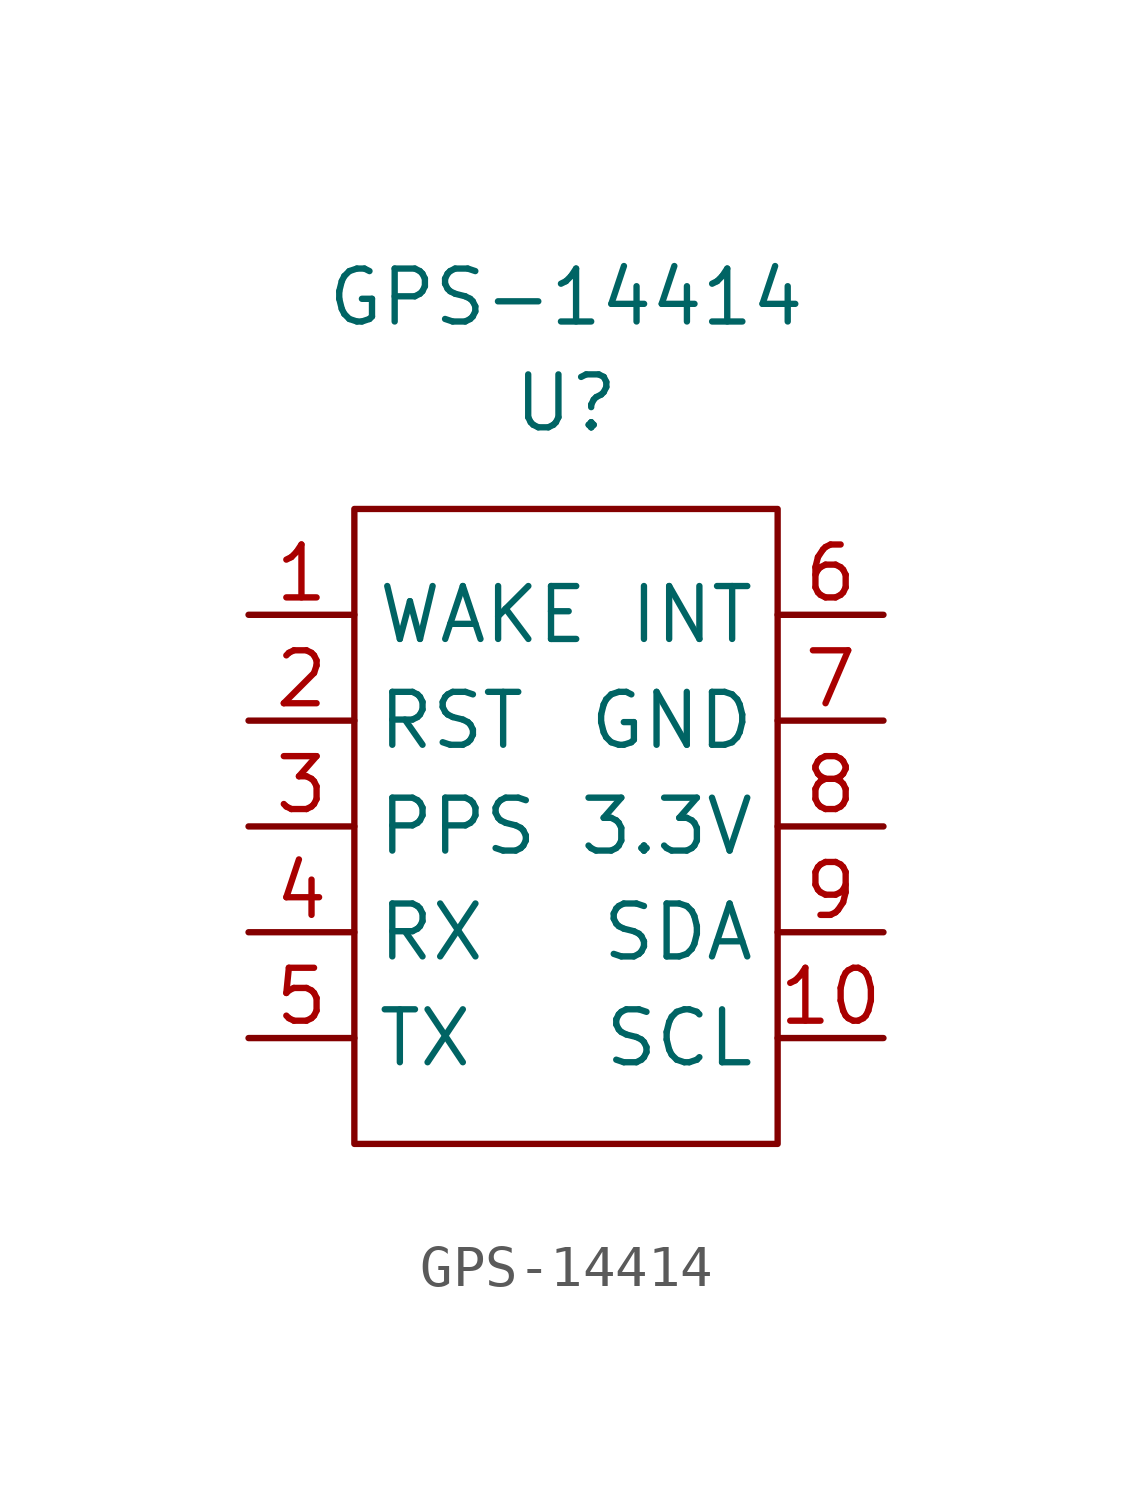
<source format=kicad_sym>
(kicad_symbol_lib
  (version 20220914)
  (generator kicad_symbol_editor)
  (symbol "GPS-14414"
    (property "Reference" "U"
      (at 0 6.35 0)
      (effects (font (size 1.27 1.27))))
    (property "Value" "GPS-14414"
      (at 0 8.89 0)
      (effects (font (size 1.27 1.27))))
    (symbol "GPS-14414_0_1"
      (rectangle (start -5.08 3.81) (end 5.08 -11.43) (stroke (width 0) (type default)) (fill (type none))))
    (symbol "GPS-14414_1_1"
      (pin output line (at -7.62 1.27 0) (length 2.54) (name "WAKE" (effects (font (size 1.27 1.27)))) (number "1" (effects (font (size 1.27 1.27)))))
      (pin output line (at 7.62 -8.89 180) (length 2.54) (name "SCL" (effects (font (size 1.27 1.27)))) (number "10" (effects (font (size 1.27 1.27)))))
      (pin power_in line (at -7.62 -1.27 0) (length 2.54) (name "RST" (effects (font (size 1.27 1.27)))) (number "2" (effects (font (size 1.27 1.27)))))
      (pin power_in line (at -7.62 -3.81 0) (length 2.54) (name "PPS" (effects (font (size 1.27 1.27)))) (number "3" (effects (font (size 1.27 1.27)))))
      (pin output line (at -7.62 -6.35 0) (length 2.54) (name "RX" (effects (font (size 1.27 1.27)))) (number "4" (effects (font (size 1.27 1.27)))))
      (pin output line (at -7.62 -8.89 0) (length 2.54) (name "TX" (effects (font (size 1.27 1.27)))) (number "5" (effects (font (size 1.27 1.27)))))
      (pin input line (at 7.62 1.27 180) (length 2.54) (name "INT" (effects (font (size 1.27 1.27)))) (number "6" (effects (font (size 1.27 1.27)))))
      (pin input line (at 7.62 -1.27 180) (length 2.54) (name "GND" (effects (font (size 1.27 1.27)))) (number "7" (effects (font (size 1.27 1.27)))))
      (pin output line (at 7.62 -3.81 180) (length 2.54) (name "3.3V" (effects (font (size 1.27 1.27)))) (number "8" (effects (font (size 1.27 1.27)))))
      (pin input line (at 7.62 -6.35 180) (length 2.54) (name "SDA" (effects (font (size 1.27 1.27)))) (number "9" (effects (font (size 1.27 1.27))))))))
</source>
